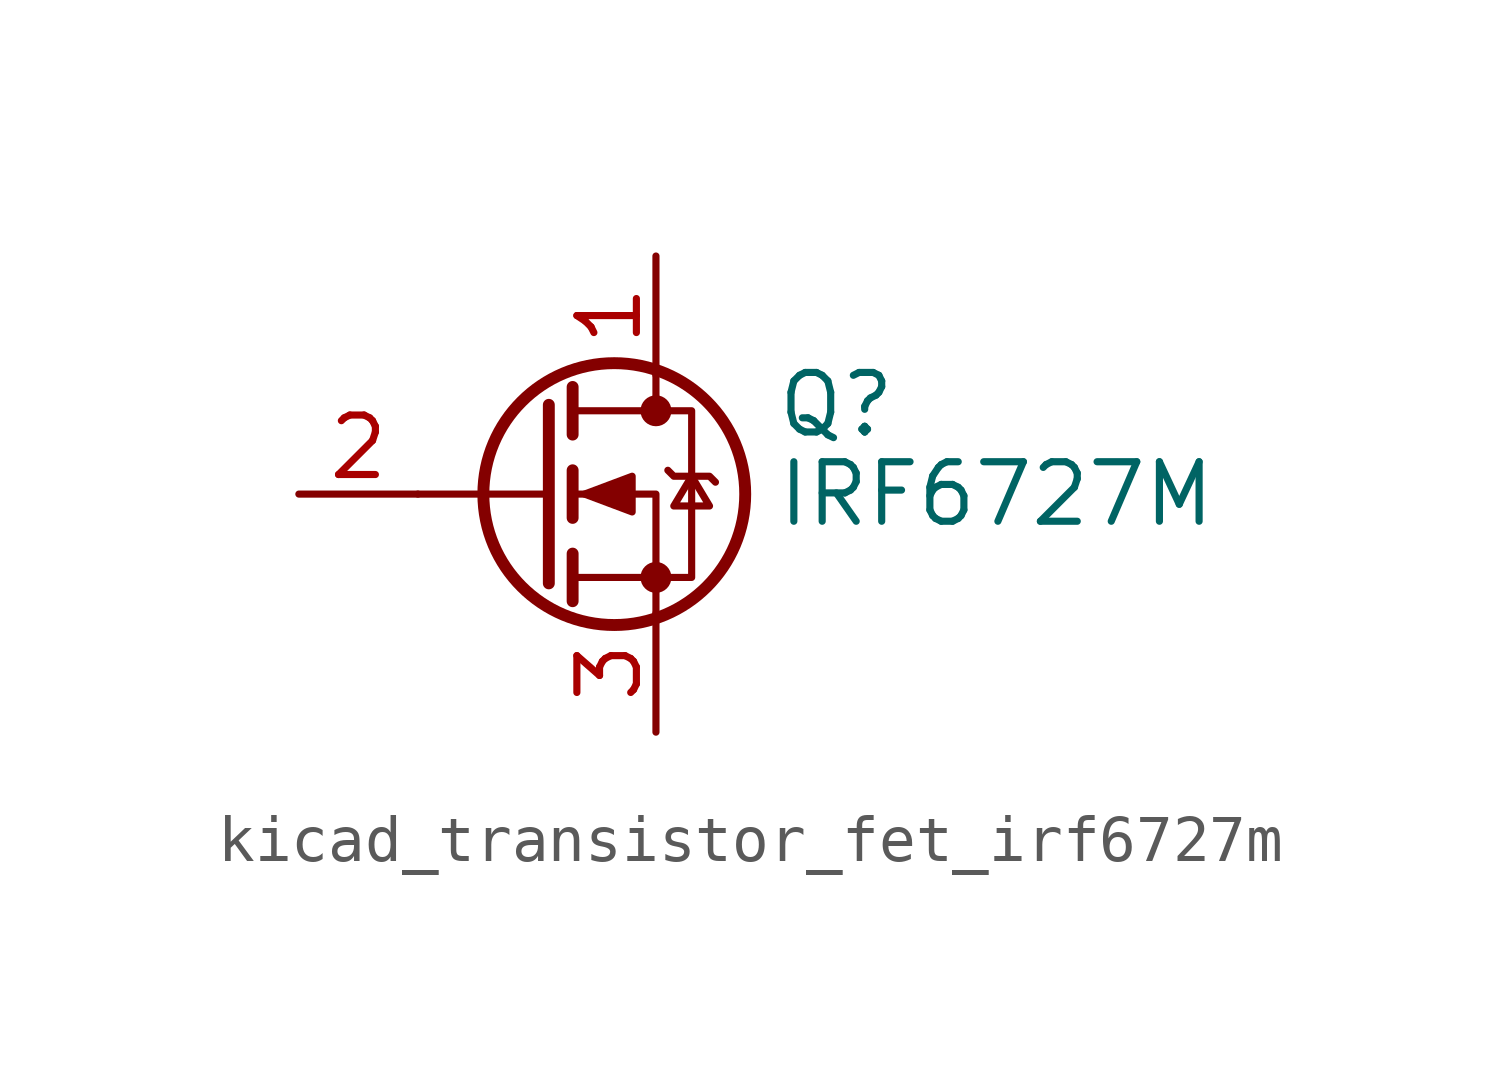
<source format=kicad_sym>
(kicad_symbol_lib
  (version 20220914)
  (generator kicad_symbol_editor)
  (symbol "kicad_transistor_fet_irf6727m"
    (pin_names hide)
    (property "Reference" "Q"
      (at 5.08 1.905 0)
      (effects (font (size 1.27 1.27)) (justify left)))
    (property "Value" "IRF6727M"
      (at 5.08 0 0)
      (effects (font (size 1.27 1.27)) (justify left)))
    (symbol "kicad_transistor_fet_irf6727m_0_1"
      (polyline (pts (xy 0.254 0) (xy -2.54 0)) (stroke (width 0) (type default)) (fill (type none)))
      (polyline (pts (xy 0.254 1.905) (xy 0.254 -1.905)) (stroke (width 0.254) (type default)) (fill (type none)))
      (polyline (pts (xy 0.762 -1.27) (xy 0.762 -2.286)) (stroke (width 0.254) (type default)) (fill (type none)))
      (polyline (pts (xy 0.762 0.508) (xy 0.762 -0.508)) (stroke (width 0.254) (type default)) (fill (type none)))
      (polyline (pts (xy 0.762 2.286) (xy 0.762 1.27)) (stroke (width 0.254) (type default)) (fill (type none)))
      (polyline (pts (xy 2.54 2.54) (xy 2.54 1.778)) (stroke (width 0) (type default)) (fill (type none)))
      (polyline (pts (xy 2.54 -2.54) (xy 2.54 0) (xy 0.762 0)) (stroke (width 0) (type default)) (fill (type none)))
      (polyline (pts (xy 0.762 -1.778) (xy 3.302 -1.778) (xy 3.302 1.778) (xy 0.762 1.778)) (stroke (width 0) (type default)) (fill (type none)))
      (polyline (pts (xy 1.016 0) (xy 2.032 0.381) (xy 2.032 -0.381) (xy 1.016 0)) (stroke (width 0) (type default)) (fill (type outline)))
      (polyline (pts (xy 2.794 0.508) (xy 2.921 0.381) (xy 3.683 0.381) (xy 3.81 0.254)) (stroke (width 0) (type default)) (fill (type none)))
      (polyline (pts (xy 3.302 0.381) (xy 2.921 -0.254) (xy 3.683 -0.254) (xy 3.302 0.381)) (stroke (width 0) (type default)) (fill (type none)))
      (circle (center 1.651 0) (radius 2.794) (stroke (width 0.254) (type default)) (fill (type none)))
      (circle (center 2.54 -1.778) (radius 0.254) (stroke (width 0) (type default)) (fill (type outline)))
      (circle (center 2.54 1.778) (radius 0.254) (stroke (width 0) (type default)) (fill (type outline))))
    (symbol "kicad_transistor_fet_irf6727m_1_1"
      (pin passive line (at 2.54 5.08 270) (length 2.54) (name "D" (effects (font (size 1.27 1.27)))) (number "1" (effects (font (size 1.27 1.27)))))
      (pin input line (at -5.08 0 0) (length 2.54) (name "G" (effects (font (size 1.27 1.27)))) (number "2" (effects (font (size 1.27 1.27)))))
      (pin passive line (at 2.54 -5.08 90) (length 2.54) (name "S" (effects (font (size 1.27 1.27)))) (number "3" (effects (font (size 1.27 1.27))))))))
</source>
